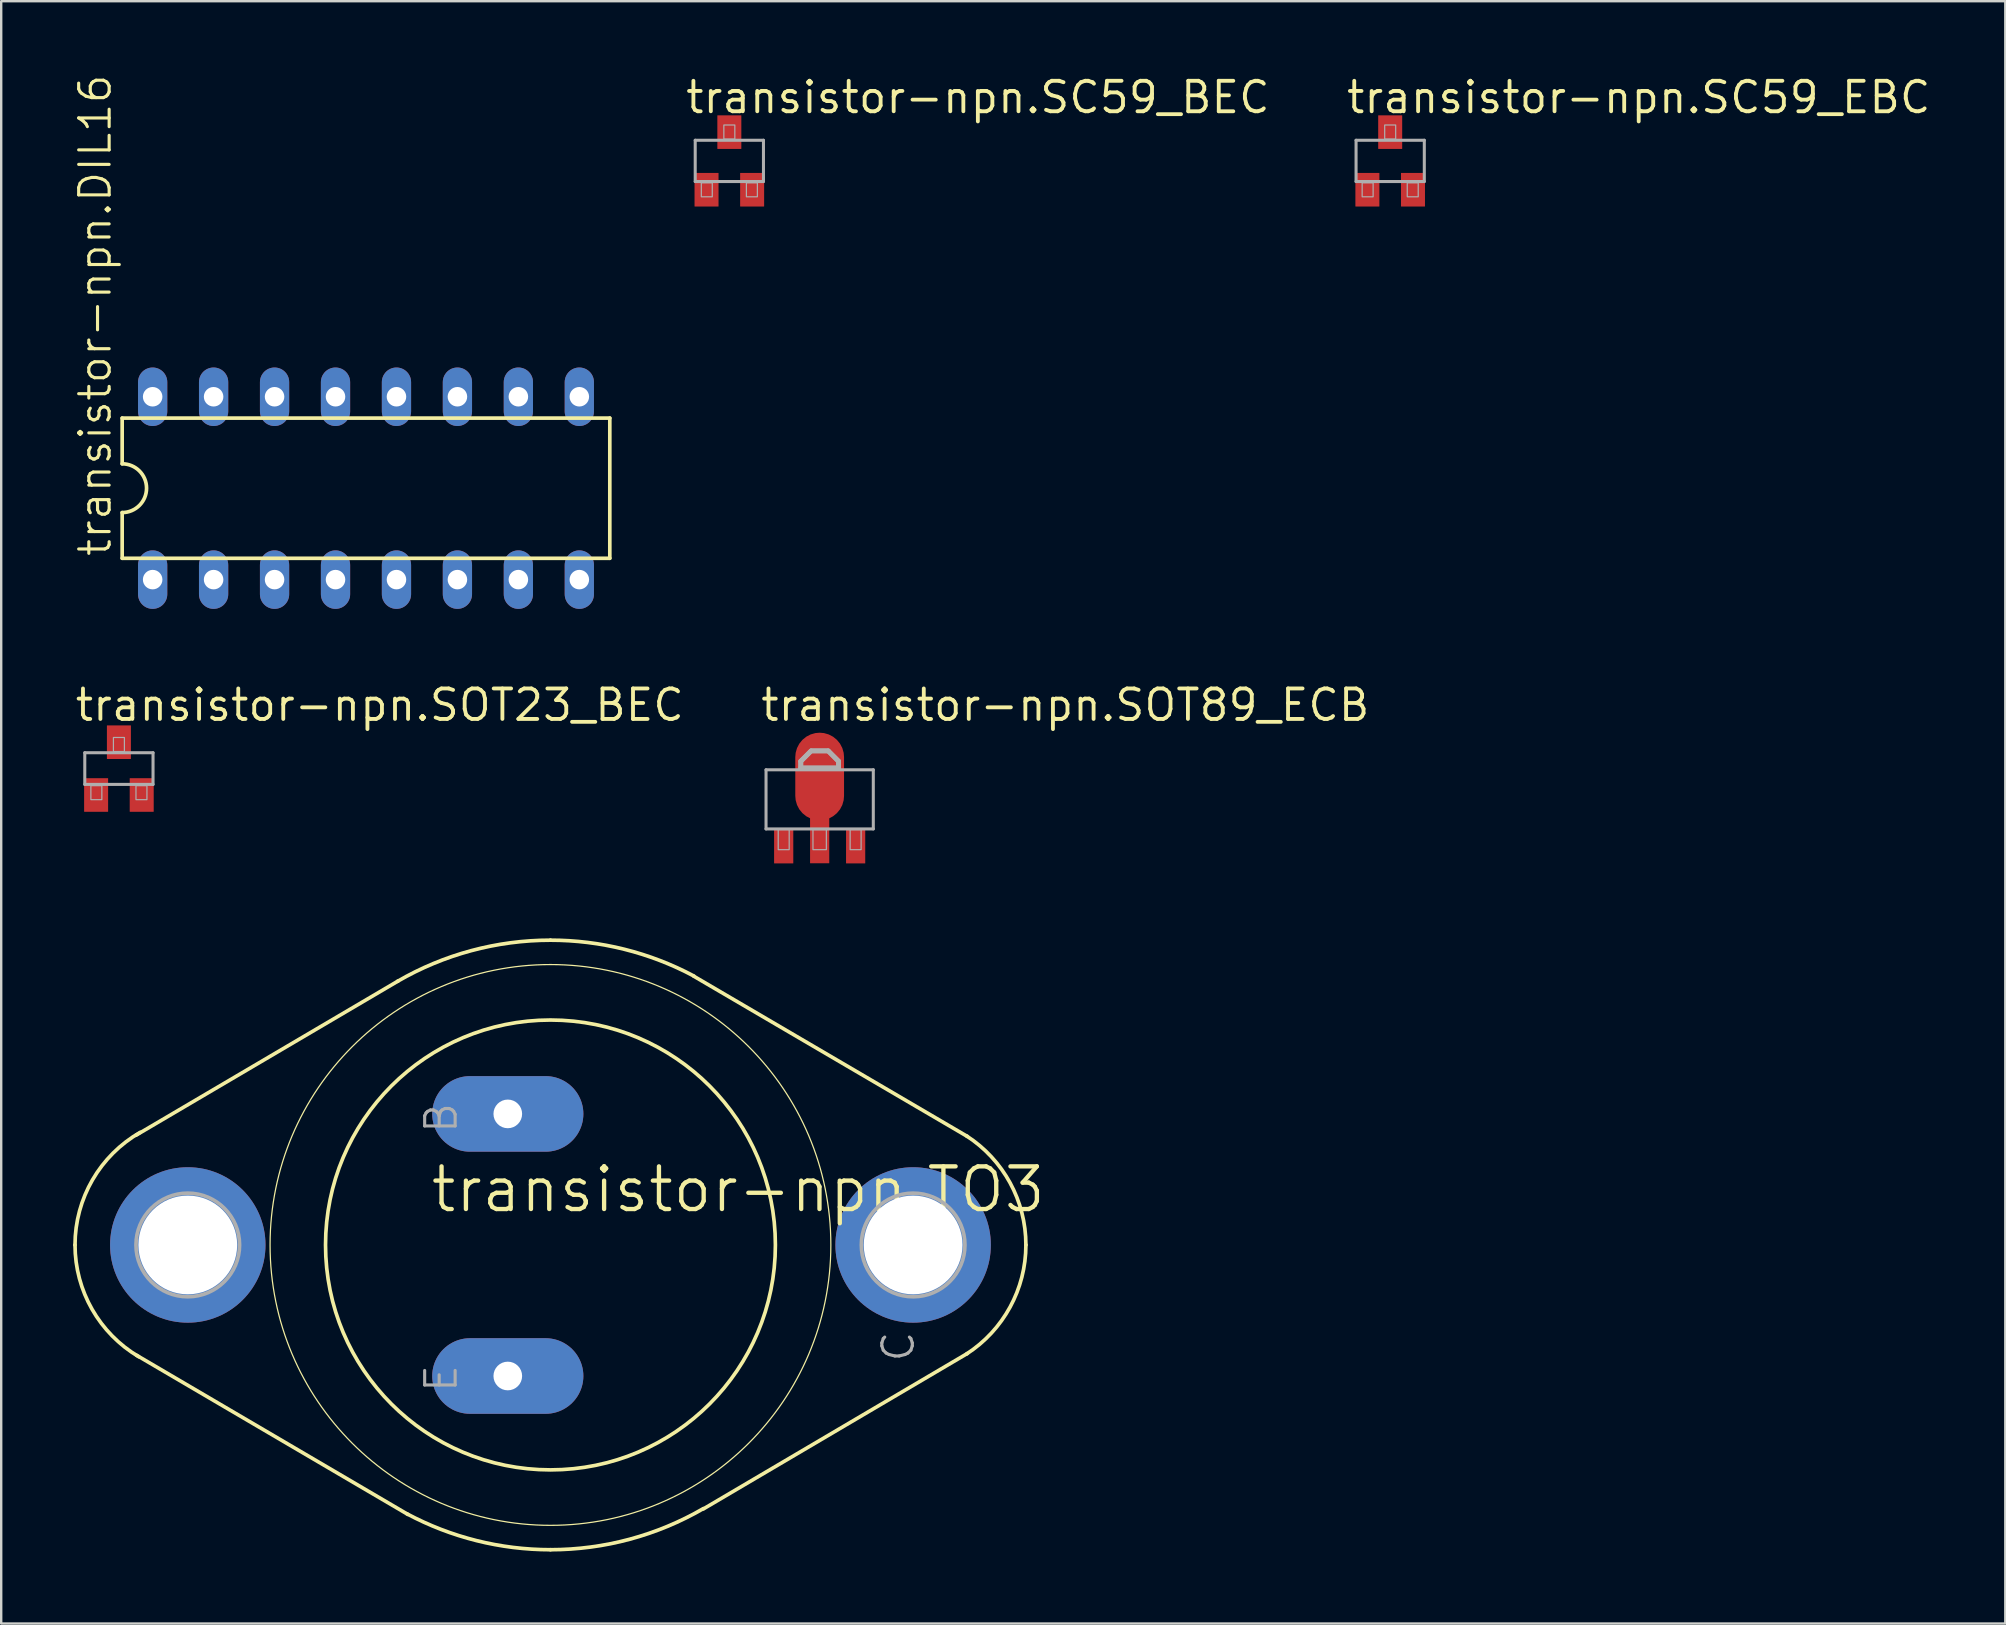
<source format=kicad_pcb>
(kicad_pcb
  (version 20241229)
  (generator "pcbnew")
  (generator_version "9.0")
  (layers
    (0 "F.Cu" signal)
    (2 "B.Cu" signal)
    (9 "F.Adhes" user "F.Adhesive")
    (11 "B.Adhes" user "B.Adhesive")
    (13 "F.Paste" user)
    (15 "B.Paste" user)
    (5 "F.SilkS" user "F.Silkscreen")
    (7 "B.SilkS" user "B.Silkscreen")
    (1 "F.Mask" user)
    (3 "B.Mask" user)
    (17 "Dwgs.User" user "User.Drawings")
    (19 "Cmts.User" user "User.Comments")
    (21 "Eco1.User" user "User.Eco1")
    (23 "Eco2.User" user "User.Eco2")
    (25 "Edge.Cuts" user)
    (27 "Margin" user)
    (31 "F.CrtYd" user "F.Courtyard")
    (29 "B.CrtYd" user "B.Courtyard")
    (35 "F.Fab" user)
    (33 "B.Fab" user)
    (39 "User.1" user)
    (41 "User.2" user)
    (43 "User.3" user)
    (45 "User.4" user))
  (footprint "transistor-npn.SOT89_ECB"
    (layer "F.Cu")
    (at 31.106 30.247)
    (property "Reference" "transistor-npn.SOT89_ECB" (at -2.54 -3.175 0) (layer "F.SilkS") (effects (font (size 1.27 1.27) (thickness 0.16)) (justify left bottom)))
    (attr smd)
    (fp_rect (start -0.5 2.78) (end 0.5 1.18) (stroke (width 0.05) (type default)) (fill yes) (layer "F.Mask"))
    (fp_rect (start -0.4 2.68) (end 0.4 1.28) (stroke (width 0.05) (type default)) (fill yes) (layer "F.Paste"))
    (fp_line (start -2.235 -1.219) (end 2.235 -1.219) (stroke (width 0.127) (type default)) (layer "F.Fab"))
    (fp_line (start -2.235 1.245) (end -2.235 -1.219) (stroke (width 0.127) (type default)) (layer "F.Fab"))
    (fp_line (start -0.787 -1.575) (end -0.356 -2.007) (stroke (width 0.2) (type default)) (layer "F.Fab"))
    (fp_line (start -0.787 -1.295) (end -0.787 -1.575) (stroke (width 0.2) (type default)) (layer "F.Fab"))
    (fp_line (start -0.356 -2.007) (end 0.356 -2.007) (stroke (width 0.2) (type default)) (layer "F.Fab"))
    (fp_line (start 0.356 -2.007) (end 0.787 -1.575) (stroke (width 0.2) (type default)) (layer "F.Fab"))
    (fp_line (start 0.787 -1.575) (end 0.787 -1.295) (stroke (width 0.2) (type default)) (layer "F.Fab"))
    (fp_line (start 0.787 -1.295) (end -0.787 -1.295) (stroke (width 0.2) (type default)) (layer "F.Fab"))
    (fp_line (start 2.235 -1.219) (end 2.235 1.245) (stroke (width 0.127) (type default)) (layer "F.Fab"))
    (fp_line (start 2.235 1.245) (end -2.235 1.245) (stroke (width 0.127) (type default)) (layer "F.Fab"))
    (fp_rect (start -1.727 2.108) (end -1.27 1.27) (stroke (width 0.05) (type default)) (fill no) (layer "F.Fab"))
    (fp_rect (start -0.279 2.108) (end 0.279 1.27) (stroke (width 0.05) (type default)) (fill no) (layer "F.Fab"))
    (fp_rect (start 1.27 2.108) (end 1.727 1.27) (stroke (width 0.05) (type default)) (fill no) (layer "F.Fab"))
    (fp_poly (pts (xy -0.787 -1.321) (xy -0.787 -1.575) (xy -0.356 -2.007) (xy 0.305 -2.007) (xy 0.356 -2.007) (xy 0.787 -1.575) (xy 0.787 -1.295) (xy -0.787 -1.295)) (stroke (width 0.2) (type default)) (fill no) (layer "F.Fab"))
    (pad "B" smd roundrect (at 1.499 1.981) (size 0.8 1.4) (layers "F.Cu" "F.Mask" "F.Paste") (roundrect_rratio 0.01))
    (pad "C" smd roundrect (at 0 1.727) (size 0.8 1.9) (layers "F.Cu" "F.Mask" "F.Paste") (roundrect_rratio 0.01))
    (pad "C@1" smd roundrect (at 0 -0.94) (size 2.032 3.65) (layers "F.Cu" "F.Mask" "F.Paste") (roundrect_rratio 0.5))
    (pad "E" smd roundrect (at -1.499 1.981) (size 0.8 1.4) (layers "F.Cu" "F.Mask" "F.Paste") (roundrect_rratio 0.01)))
  (footprint "transistor-npn.SC59_EBC"
    (layer "F.Cu")
    (at 54.88 3.655)
    (property "Reference" "transistor-npn.SC59_EBC" (at -1.905 -1.905 0) (layer "F.SilkS") (effects (font (size 1.27 1.27) (thickness 0.16)) (justify left bottom)))
    (attr smd)
    (fp_line (start -1.422 -0.86) (end 1.422 -0.86) (stroke (width 0.127) (type default)) (layer "F.Fab"))
    (fp_line (start -1.422 0.86) (end -1.422 -0.86) (stroke (width 0.127) (type default)) (layer "F.Fab"))
    (fp_line (start 1.422 -0.86) (end 1.422 0.86) (stroke (width 0.127) (type default)) (layer "F.Fab"))
    (fp_line (start 1.422 0.86) (end -1.422 0.86) (stroke (width 0.127) (type default)) (layer "F.Fab"))
    (fp_rect (start -1.168 1.495) (end -0.711 0.911) (stroke (width 0.05) (type default)) (fill no) (layer "F.Fab"))
    (fp_rect (start -0.229 -0.911) (end 0.229 -1.495) (stroke (width 0.05) (type default)) (fill no) (layer "F.Fab"))
    (fp_rect (start 0.711 1.495) (end 1.168 0.911) (stroke (width 0.05) (type default)) (fill no) (layer "F.Fab"))
    (pad "B" smd roundrect (at 0.95 1.2) (size 1 1.4) (layers "F.Cu" "F.Mask" "F.Paste") (roundrect_rratio 0.01))
    (pad "C" smd roundrect (at 0 -1.2) (size 1 1.4) (layers "F.Cu" "F.Mask" "F.Paste") (roundrect_rratio 0.01))
    (pad "E" smd roundrect (at -0.95 1.2) (size 1 1.4) (layers "F.Cu" "F.Mask" "F.Paste") (roundrect_rratio 0.01)))
  (footprint "transistor-npn.SOT23_BEC"
    (layer "F.Cu")
    (at 1.905 28.977)
    (property "Reference" "transistor-npn.SOT23_BEC" (at -1.905 -1.905 0) (layer "F.SilkS") (effects (font (size 1.27 1.27) (thickness 0.16)) (justify left bottom)))
    (attr smd)
    (fp_line (start -1.422 -0.66) (end 1.422 -0.66) (stroke (width 0.127) (type default)) (layer "F.Fab"))
    (fp_line (start -1.422 0.66) (end -1.422 -0.66) (stroke (width 0.127) (type default)) (layer "F.Fab"))
    (fp_line (start 1.422 -0.66) (end 1.422 0.66) (stroke (width 0.127) (type default)) (layer "F.Fab"))
    (fp_line (start 1.422 0.66) (end -1.422 0.66) (stroke (width 0.127) (type default)) (layer "F.Fab"))
    (fp_rect (start -1.168 1.295) (end -0.711 0.711) (stroke (width 0.05) (type default)) (fill no) (layer "F.Fab"))
    (fp_rect (start -0.229 -0.711) (end 0.229 -1.295) (stroke (width 0.05) (type default)) (fill no) (layer "F.Fab"))
    (fp_rect (start 0.711 1.295) (end 1.168 0.711) (stroke (width 0.05) (type default)) (fill no) (layer "F.Fab"))
    (pad "B" smd roundrect (at -0.95 1.1) (size 1 1.4) (layers "F.Cu" "F.Mask" "F.Paste") (roundrect_rratio 0.01))
    (pad "C" smd roundrect (at 0 -1.1) (size 1 1.4) (layers "F.Cu" "F.Mask" "F.Paste") (roundrect_rratio 0.01))
    (pad "E" smd roundrect (at 0.95 1.1) (size 1 1.4) (layers "F.Cu" "F.Mask" "F.Paste") (roundrect_rratio 0.01)))
  (footprint "transistor-npn.SC59_BEC"
    (layer "F.Cu")
    (at 27.342 3.655)
    (property "Reference" "transistor-npn.SC59_BEC" (at -1.905 -1.905 0) (layer "F.SilkS") (effects (font (size 1.27 1.27) (thickness 0.16)) (justify left bottom)))
    (attr smd)
    (fp_line (start -1.422 -0.86) (end 1.422 -0.86) (stroke (width 0.127) (type default)) (layer "F.Fab"))
    (fp_line (start -1.422 0.86) (end -1.422 -0.86) (stroke (width 0.127) (type default)) (layer "F.Fab"))
    (fp_line (start 1.422 -0.86) (end 1.422 0.86) (stroke (width 0.127) (type default)) (layer "F.Fab"))
    (fp_line (start 1.422 0.86) (end -1.422 0.86) (stroke (width 0.127) (type default)) (layer "F.Fab"))
    (fp_rect (start -1.168 1.495) (end -0.711 0.911) (stroke (width 0.05) (type default)) (fill no) (layer "F.Fab"))
    (fp_rect (start -0.229 -0.911) (end 0.229 -1.495) (stroke (width 0.05) (type default)) (fill no) (layer "F.Fab"))
    (fp_rect (start 0.711 1.495) (end 1.168 0.911) (stroke (width 0.05) (type default)) (fill no) (layer "F.Fab"))
    (pad "B" smd roundrect (at -0.95 1.2) (size 1 1.4) (layers "F.Cu" "F.Mask" "F.Paste") (roundrect_rratio 0.01))
    (pad "C" smd roundrect (at 0 -1.2) (size 1 1.4) (layers "F.Cu" "F.Mask" "F.Paste") (roundrect_rratio 0.01))
    (pad "E" smd roundrect (at 0.95 1.2) (size 1 1.4) (layers "F.Cu" "F.Mask" "F.Paste") (roundrect_rratio 0.01)))
  (footprint "transistor-npn.TO3"
    (layer "F.Cu")
    (at 19.888 48.828)
    (property "Reference" "transistor-npn.TO3" (at -5.08 -1.27 0) (layer "F.SilkS") (effects (font (size 1.778 1.778) (thickness 0.18)) (justify left bottom)))
    (attr through_hole)
    (fp_line (start -6.35 -10.998) (end -17.272 -4.572) (stroke (width 0.152) (type default)) (layer "F.SilkS"))
    (fp_line (start -5.944 11.227) (end -17.247 4.597) (stroke (width 0.152) (type default)) (layer "F.SilkS"))
    (fp_line (start 5.969 -11.201) (end 17.374 -4.521) (stroke (width 0.152) (type default)) (layer "F.SilkS"))
    (fp_line (start 6.375 10.998) (end 17.374 4.521) (stroke (width 0.152) (type default)) (layer "F.SilkS"))
    (fp_arc (start -19.812 0) (mid -19.08306 -2.712168) (end -17.0927 -4.6935) (stroke (width 0.1524) (type default)) (layer "F.SilkS"))
    (fp_arc (start -17.1555 4.657) (mid -19.101186 2.680705) (end -19.812 0) (stroke (width 0.1524) (type default)) (layer "F.SilkS"))
    (fp_arc (start -6.3718 -10.9859) (mid -3.299165 -12.263988) (end 0 -12.7) (stroke (width 0.1524) (type default)) (layer "F.SilkS"))
    (fp_arc (start 0 -12.7) (mid 3.080216 -12.320822) (end 5.9765 -11.2059) (stroke (width 0.1524) (type default)) (layer "F.SilkS"))
    (fp_arc (start 0 12.7) (mid -3.080216 12.320822) (end -5.9765 11.2059) (stroke (width 0.1524) (type default)) (layer "F.SilkS"))
    (fp_arc (start 6.3718 10.9859) (mid 3.299165 12.263988) (end 0 12.7) (stroke (width 0.1524) (type default)) (layer "F.SilkS"))
    (fp_arc (start 17.3366 -4.545) (mid 19.153011 -2.587691) (end 19.812 0) (stroke (width 0.1524) (type default)) (layer "F.SilkS"))
    (fp_arc (start 19.812 0) (mid 19.153011 2.587691) (end 17.3366 4.545) (stroke (width 0.1524) (type default)) (layer "F.SilkS"))
    (fp_circle (center 0 0) (end 9.373 0) (stroke (width 0.152) (type default)) (fill no) (layer "F.SilkS"))
    (fp_circle (center 0 0) (end 11.684 0) (stroke (width 0.051) (type default)) (fill no) (layer "F.SilkS"))
    (fp_circle (center -15.113 0) (end -12.954 0) (stroke (width 0.152) (type default)) (fill no) (layer "F.Fab"))
    (fp_circle (center 15.113 0) (end 17.272 0) (stroke (width 0.152) (type default)) (fill no) (layer "F.Fab"))
    (fp_text user "B" (at -3.81 -4.572 90) (layer "F.Fab") (effects (font (size 1.27 1.27) (thickness 0.13)) (justify left bottom)))
    (fp_text user "E" (at -3.81 6.223 90) (layer "F.Fab") (effects (font (size 1.27 1.27) (thickness 0.13)) (justify left bottom)))
    (fp_text user "C" (at 15.24 4.953 90) (layer "F.Fab") (effects (font (size 1.27 1.27) (thickness 0.13)) (justify left bottom)))
    (pad "B" thru_hole oval (at -1.778 -5.461) (size 6.299 3.15) (drill 1.194) (layers "*.Cu" "*.Mask"))
    (pad "C" thru_hole circle (at 15.113 0) (size 6.477 6.477) (drill 4.115) (layers "*.Cu" "*.Mask"))
    (pad "C/" thru_hole circle (at -15.113 0) (size 6.477 6.477) (drill 4.115) (layers "*.Cu" "*.Mask"))
    (pad "E" thru_hole oval (at -1.778 5.461) (size 6.299 3.15) (drill 1.194) (layers "*.Cu" "*.Mask")))
  (footprint "transistor-npn.DIL16"
    (layer "F.Cu")
    (at 12.201 17.293)
    (property "Reference" "transistor-npn.DIL16" (at -10.541 2.921 90) (layer "F.SilkS") (effects (font (size 1.27 1.27) (thickness 0.13)) (justify left bottom)))
    (attr through_hole)
    (fp_line (start -10.16 -2.921) (end -10.16 -1.016) (stroke (width 0.152) (type default)) (layer "F.SilkS"))
    (fp_line (start -10.16 2.921) (end -10.16 1.016) (stroke (width 0.152) (type default)) (layer "F.SilkS"))
    (fp_line (start -10.16 2.921) (end 10.16 2.921) (stroke (width 0.152) (type default)) (layer "F.SilkS"))
    (fp_line (start 10.16 -2.921) (end -10.16 -2.921) (stroke (width 0.152) (type default)) (layer "F.SilkS"))
    (fp_line (start 10.16 -2.921) (end 10.16 2.921) (stroke (width 0.152) (type default)) (layer "F.SilkS"))
    (fp_arc (start -10.16 -1.016) (mid -9.144 0) (end -10.16 1.016) (stroke (width 0.1524) (type default)) (layer "F.SilkS"))
    (pad "1" thru_hole oval (at -8.89 3.81 90) (size 2.438 1.219) (drill 0.813) (layers "*.Cu" "*.Mask"))
    (pad "2" thru_hole oval (at -6.35 3.81 90) (size 2.438 1.219) (drill 0.813) (layers "*.Cu" "*.Mask"))
    (pad "3" thru_hole oval (at -3.81 3.81 90) (size 2.438 1.219) (drill 0.813) (layers "*.Cu" "*.Mask"))
    (pad "4" thru_hole oval (at -1.27 3.81 90) (size 2.438 1.219) (drill 0.813) (layers "*.Cu" "*.Mask"))
    (pad "5" thru_hole oval (at 1.27 3.81 90) (size 2.438 1.219) (drill 0.813) (layers "*.Cu" "*.Mask"))
    (pad "6" thru_hole oval (at 3.81 3.81 90) (size 2.438 1.219) (drill 0.813) (layers "*.Cu" "*.Mask"))
    (pad "7" thru_hole oval (at 6.35 3.81 90) (size 2.438 1.219) (drill 0.813) (layers "*.Cu" "*.Mask"))
    (pad "8" thru_hole oval (at 8.89 3.81 90) (size 2.438 1.219) (drill 0.813) (layers "*.Cu" "*.Mask"))
    (pad "9" thru_hole oval (at 8.89 -3.81 90) (size 2.438 1.219) (drill 0.813) (layers "*.Cu" "*.Mask"))
    (pad "10" thru_hole oval (at 6.35 -3.81 90) (size 2.438 1.219) (drill 0.813) (layers "*.Cu" "*.Mask"))
    (pad "11" thru_hole oval (at 3.81 -3.81 90) (size 2.438 1.219) (drill 0.813) (layers "*.Cu" "*.Mask"))
    (pad "12" thru_hole oval (at 1.27 -3.81 90) (size 2.438 1.219) (drill 0.813) (layers "*.Cu" "*.Mask"))
    (pad "13" thru_hole oval (at -1.27 -3.81 90) (size 2.438 1.219) (drill 0.813) (layers "*.Cu" "*.Mask"))
    (pad "14" thru_hole oval (at -3.81 -3.81 90) (size 2.438 1.219) (drill 0.813) (layers "*.Cu" "*.Mask"))
    (pad "15" thru_hole oval (at -6.35 -3.81 90) (size 2.438 1.219) (drill 0.813) (layers "*.Cu" "*.Mask"))
    (pad "16" thru_hole oval (at -8.89 -3.81 90) (size 2.438 1.219) (drill 0.813) (layers "*.Cu" "*.Mask")))
  (gr_rect
    (start -3 -3)
    (end 80.512 64.605)
    (stroke (width 0.1) (type default))
    (fill no)
    (layer "Edge.Cuts")))
</source>
